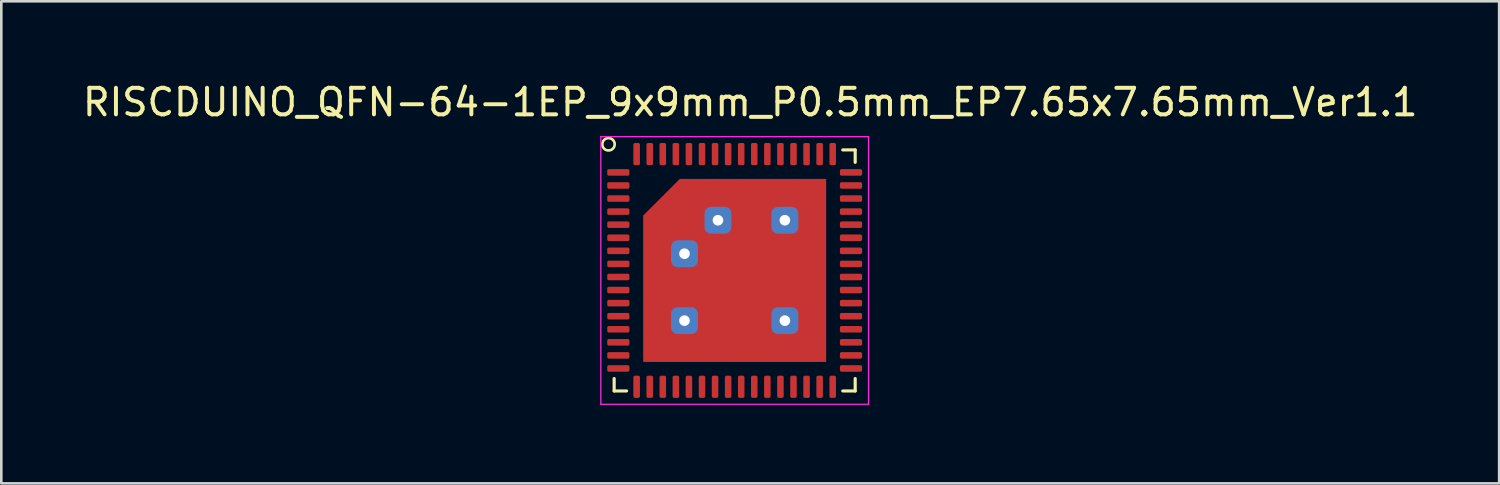
<source format=kicad_pcb>
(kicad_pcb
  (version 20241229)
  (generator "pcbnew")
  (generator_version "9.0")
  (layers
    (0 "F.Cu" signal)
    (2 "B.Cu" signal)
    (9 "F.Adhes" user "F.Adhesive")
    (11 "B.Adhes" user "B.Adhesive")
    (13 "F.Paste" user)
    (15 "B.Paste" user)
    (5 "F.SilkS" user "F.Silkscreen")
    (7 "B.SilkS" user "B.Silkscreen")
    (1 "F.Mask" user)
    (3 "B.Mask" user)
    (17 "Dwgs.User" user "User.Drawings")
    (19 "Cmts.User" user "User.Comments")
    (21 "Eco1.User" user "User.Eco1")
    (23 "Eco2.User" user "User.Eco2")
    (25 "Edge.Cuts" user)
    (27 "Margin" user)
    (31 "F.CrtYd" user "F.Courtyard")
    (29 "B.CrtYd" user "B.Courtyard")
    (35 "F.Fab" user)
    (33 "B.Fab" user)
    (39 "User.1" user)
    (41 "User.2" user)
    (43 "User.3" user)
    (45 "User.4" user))
  (footprint "RISCDUINO_QFN-64-1EP_9x9mm_P0.5mm_EP7.65x7.65mm_Ver1.1"
    (layer "F.Cu")
    (at 20.603 3.545)
    (property "Reference" "RISCDUINO_QFN-64-1EP_9x9mm_P0.5mm_EP7.65x7.65mm_Ver1.1" (at 5.045 -2.683 0) (layer "F.SilkS") (effects (font (size 1.016 1.016) (thickness 0.152))))
    (attr smd)
    (fp_line (start -0.16 8.36) (end -0.16 7.885) (stroke (width 0.12) (type solid)) (layer "F.SilkS"))
    (fp_line (start 0.315 8.36) (end -0.16 8.36) (stroke (width 0.12) (type solid)) (layer "F.SilkS"))
    (fp_line (start 8.585 -0.86) (end 9.06 -0.86) (stroke (width 0.12) (type solid)) (layer "F.SilkS"))
    (fp_line (start 8.585 8.36) (end 9.06 8.36) (stroke (width 0.12) (type solid)) (layer "F.SilkS"))
    (fp_line (start 9.06 -0.86) (end 9.06 -0.385) (stroke (width 0.12) (type solid)) (layer "F.SilkS"))
    (fp_line (start 9.06 8.36) (end 9.06 7.885) (stroke (width 0.12) (type solid)) (layer "F.SilkS"))
    (fp_circle (center -0.376 -1.076) (end -0.139 -1.076) (stroke (width 0.1) (type solid)) (fill no) (layer "F.SilkS"))
    (fp_line (start -0.67 -1.37) (end -0.67 8.87) (stroke (width 0.05) (type solid)) (layer "F.CrtYd"))
    (fp_line (start -0.67 8.87) (end 9.57 8.87) (stroke (width 0.05) (type solid)) (layer "F.CrtYd"))
    (fp_line (start 9.57 -1.37) (end -0.67 -1.37) (stroke (width 0.05) (type solid)) (layer "F.CrtYd"))
    (fp_line (start 9.57 8.87) (end 9.57 -1.37) (stroke (width 0.05) (type solid)) (layer "F.CrtYd"))
    (pad "" smd roundrect (at 2.53 1.83) (size 1.03 1.03) (layers "F.Paste") (roundrect_rratio 0.243))
    (pad "" smd roundrect (at 2.53 4.39) (size 1.03 1.03) (layers "F.Paste") (roundrect_rratio 0.243))
    (pad "" smd roundrect (at 3.81 3.11) (size 1.03 1.03) (layers "F.Paste") (roundrect_rratio 0.243))
    (pad "" smd roundrect (at 3.81 4.39) (size 1.03 1.03) (layers "F.Paste") (roundrect_rratio 0.243))
    (pad "" smd roundrect (at 3.81 5.67) (size 1.03 1.03) (layers "F.Paste") (roundrect_rratio 0.243))
    (pad "" smd roundrect (at 5.09 1.83) (size 1.03 1.03) (layers "F.Paste") (roundrect_rratio 0.243))
    (pad "" smd roundrect (at 5.09 3.11) (size 1.03 1.03) (layers "F.Paste") (roundrect_rratio 0.243))
    (pad "" smd roundrect (at 5.09 4.39) (size 1.03 1.03) (layers "F.Paste") (roundrect_rratio 0.243))
    (pad "" smd roundrect (at 5.09 5.67) (size 1.03 1.03) (layers "F.Paste") (roundrect_rratio 0.243))
    (pad "" smd roundrect (at 6.37 3.11) (size 1.03 1.03) (layers "F.Paste") (roundrect_rratio 0.243))
    (pad "" smd roundrect (at 6.37 4.39) (size 1.03 1.03) (layers "F.Paste") (roundrect_rratio 0.243))
    (pad "1" smd roundrect (at 0 0) (size 0.85 0.25) (layers "F.Cu" "F.Mask" "F.Paste") (roundrect_rratio 0.25))
    (pad "2" smd roundrect (at 0 0.5) (size 0.85 0.25) (layers "F.Cu" "F.Mask" "F.Paste") (roundrect_rratio 0.25))
    (pad "3" smd roundrect (at 0 1) (size 0.85 0.25) (layers "F.Cu" "F.Mask" "F.Paste") (roundrect_rratio 0.25))
    (pad "4" smd roundrect (at 0 1.5) (size 0.85 0.25) (layers "F.Cu" "F.Mask" "F.Paste") (roundrect_rratio 0.25))
    (pad "5" smd roundrect (at 0 2) (size 0.85 0.25) (layers "F.Cu" "F.Mask" "F.Paste") (roundrect_rratio 0.25))
    (pad "6" smd roundrect (at 0 2.5) (size 0.85 0.25) (layers "F.Cu" "F.Mask" "F.Paste") (roundrect_rratio 0.25))
    (pad "7" smd roundrect (at 0 3) (size 0.85 0.25) (layers "F.Cu" "F.Mask" "F.Paste") (roundrect_rratio 0.25))
    (pad "8" smd roundrect (at 0 3.5) (size 0.85 0.25) (layers "F.Cu" "F.Mask" "F.Paste") (roundrect_rratio 0.25))
    (pad "9" smd roundrect (at 0 4) (size 0.85 0.25) (layers "F.Cu" "F.Mask" "F.Paste") (roundrect_rratio 0.25))
    (pad "10" smd roundrect (at 0 4.5) (size 0.85 0.25) (layers "F.Cu" "F.Mask" "F.Paste") (roundrect_rratio 0.25))
    (pad "11" smd roundrect (at 0 5) (size 0.85 0.25) (layers "F.Cu" "F.Mask" "F.Paste") (roundrect_rratio 0.25))
    (pad "12" smd roundrect (at 0 5.5) (size 0.85 0.25) (layers "F.Cu" "F.Mask" "F.Paste") (roundrect_rratio 0.25))
    (pad "13" smd roundrect (at 0 6) (size 0.85 0.25) (layers "F.Cu" "F.Mask" "F.Paste") (roundrect_rratio 0.25))
    (pad "14" smd roundrect (at 0 6.5) (size 0.85 0.25) (layers "F.Cu" "F.Mask" "F.Paste") (roundrect_rratio 0.25))
    (pad "15" smd roundrect (at 0 7) (size 0.85 0.25) (layers "F.Cu" "F.Mask" "F.Paste") (roundrect_rratio 0.25))
    (pad "16" smd roundrect (at 0 7.5) (size 0.85 0.25) (layers "F.Cu" "F.Mask" "F.Paste") (roundrect_rratio 0.25))
    (pad "17" smd roundrect (at 0.7 8.2) (size 0.25 0.85) (layers "F.Cu" "F.Mask" "F.Paste") (roundrect_rratio 0.25))
    (pad "18" smd roundrect (at 1.2 8.2) (size 0.25 0.85) (layers "F.Cu" "F.Mask" "F.Paste") (roundrect_rratio 0.25))
    (pad "19" smd roundrect (at 1.7 8.2) (size 0.25 0.85) (layers "F.Cu" "F.Mask" "F.Paste") (roundrect_rratio 0.25))
    (pad "20" smd roundrect (at 2.2 8.2) (size 0.25 0.85) (layers "F.Cu" "F.Mask" "F.Paste") (roundrect_rratio 0.25))
    (pad "21" smd roundrect (at 2.7 8.2) (size 0.25 0.85) (layers "F.Cu" "F.Mask" "F.Paste") (roundrect_rratio 0.25))
    (pad "22" smd roundrect (at 3.2 8.2) (size 0.25 0.85) (layers "F.Cu" "F.Mask" "F.Paste") (roundrect_rratio 0.25))
    (pad "23" smd roundrect (at 3.7 8.2) (size 0.25 0.85) (layers "F.Cu" "F.Mask" "F.Paste") (roundrect_rratio 0.25))
    (pad "24" smd roundrect (at 4.2 8.2) (size 0.25 0.85) (layers "F.Cu" "F.Mask" "F.Paste") (roundrect_rratio 0.25))
    (pad "25" smd roundrect (at 4.7 8.2) (size 0.25 0.85) (layers "F.Cu" "F.Mask" "F.Paste") (roundrect_rratio 0.25))
    (pad "26" smd roundrect (at 5.2 8.2) (size 0.25 0.85) (layers "F.Cu" "F.Mask" "F.Paste") (roundrect_rratio 0.25))
    (pad "27" smd roundrect (at 5.7 8.2) (size 0.25 0.85) (layers "F.Cu" "F.Mask" "F.Paste") (roundrect_rratio 0.25))
    (pad "28" smd roundrect (at 6.2 8.2) (size 0.25 0.85) (layers "F.Cu" "F.Mask" "F.Paste") (roundrect_rratio 0.25))
    (pad "29" smd roundrect (at 6.7 8.2) (size 0.25 0.85) (layers "F.Cu" "F.Mask" "F.Paste") (roundrect_rratio 0.25))
    (pad "30" smd roundrect (at 7.2 8.2) (size 0.25 0.85) (layers "F.Cu" "F.Mask" "F.Paste") (roundrect_rratio 0.25))
    (pad "31" smd roundrect (at 7.7 8.2) (size 0.25 0.85) (layers "F.Cu" "F.Mask" "F.Paste") (roundrect_rratio 0.25))
    (pad "32" smd roundrect (at 8.2 8.2) (size 0.25 0.85) (layers "F.Cu" "F.Mask" "F.Paste") (roundrect_rratio 0.25))
    (pad "33" smd roundrect (at 8.9 7.5) (size 0.85 0.25) (layers "F.Cu" "F.Mask" "F.Paste") (roundrect_rratio 0.25))
    (pad "34" smd roundrect (at 8.9 7) (size 0.85 0.25) (layers "F.Cu" "F.Mask" "F.Paste") (roundrect_rratio 0.25))
    (pad "35" smd roundrect (at 8.9 6.5) (size 0.85 0.25) (layers "F.Cu" "F.Mask" "F.Paste") (roundrect_rratio 0.25))
    (pad "36" smd roundrect (at 8.9 6) (size 0.85 0.25) (layers "F.Cu" "F.Mask" "F.Paste") (roundrect_rratio 0.25))
    (pad "37" smd roundrect (at 8.9 5.5) (size 0.85 0.25) (layers "F.Cu" "F.Mask" "F.Paste") (roundrect_rratio 0.25))
    (pad "38" smd roundrect (at 8.9 5) (size 0.85 0.25) (layers "F.Cu" "F.Mask" "F.Paste") (roundrect_rratio 0.25))
    (pad "39" smd roundrect (at 8.9 4.5) (size 0.85 0.25) (layers "F.Cu" "F.Mask" "F.Paste") (roundrect_rratio 0.25))
    (pad "40" smd roundrect (at 8.9 4) (size 0.85 0.25) (layers "F.Cu" "F.Mask" "F.Paste") (roundrect_rratio 0.25))
    (pad "41" smd roundrect (at 8.9 3.5) (size 0.85 0.25) (layers "F.Cu" "F.Mask" "F.Paste") (roundrect_rratio 0.25))
    (pad "42" smd roundrect (at 8.9 3) (size 0.85 0.25) (layers "F.Cu" "F.Mask" "F.Paste") (roundrect_rratio 0.25))
    (pad "43" smd roundrect (at 8.9 2.5) (size 0.85 0.25) (layers "F.Cu" "F.Mask" "F.Paste") (roundrect_rratio 0.25))
    (pad "44" smd roundrect (at 8.9 2) (size 0.85 0.25) (layers "F.Cu" "F.Mask" "F.Paste") (roundrect_rratio 0.25))
    (pad "45" smd roundrect (at 8.9 1.5) (size 0.85 0.25) (layers "F.Cu" "F.Mask" "F.Paste") (roundrect_rratio 0.25))
    (pad "46" smd roundrect (at 8.9 1) (size 0.85 0.25) (layers "F.Cu" "F.Mask" "F.Paste") (roundrect_rratio 0.25))
    (pad "47" smd roundrect (at 8.9 0.5) (size 0.85 0.25) (layers "F.Cu" "F.Mask" "F.Paste") (roundrect_rratio 0.25))
    (pad "48" smd roundrect (at 8.9 0) (size 0.85 0.25) (layers "F.Cu" "F.Mask" "F.Paste") (roundrect_rratio 0.25))
    (pad "49" smd roundrect (at 8.2 -0.7) (size 0.25 0.85) (layers "F.Cu" "F.Mask" "F.Paste") (roundrect_rratio 0.25))
    (pad "50" smd roundrect (at 7.7 -0.7) (size 0.25 0.85) (layers "F.Cu" "F.Mask" "F.Paste") (roundrect_rratio 0.25))
    (pad "51" smd roundrect (at 7.2 -0.7) (size 0.25 0.85) (layers "F.Cu" "F.Mask" "F.Paste") (roundrect_rratio 0.25))
    (pad "52" smd roundrect (at 6.7 -0.7) (size 0.25 0.85) (layers "F.Cu" "F.Mask" "F.Paste") (roundrect_rratio 0.25))
    (pad "53" smd roundrect (at 6.2 -0.7) (size 0.25 0.85) (layers "F.Cu" "F.Mask" "F.Paste") (roundrect_rratio 0.25))
    (pad "54" smd roundrect (at 5.7 -0.7) (size 0.25 0.85) (layers "F.Cu" "F.Mask" "F.Paste") (roundrect_rratio 0.25))
    (pad "55" smd roundrect (at 5.2 -0.7) (size 0.25 0.85) (layers "F.Cu" "F.Mask" "F.Paste") (roundrect_rratio 0.25))
    (pad "56" smd roundrect (at 4.7 -0.7) (size 0.25 0.85) (layers "F.Cu" "F.Mask" "F.Paste") (roundrect_rratio 0.25))
    (pad "57" smd roundrect (at 4.2 -0.7) (size 0.25 0.85) (layers "F.Cu" "F.Mask" "F.Paste") (roundrect_rratio 0.25))
    (pad "58" smd roundrect (at 3.7 -0.7) (size 0.25 0.85) (layers "F.Cu" "F.Mask" "F.Paste") (roundrect_rratio 0.25))
    (pad "59" smd roundrect (at 3.2 -0.7) (size 0.25 0.85) (layers "F.Cu" "F.Mask" "F.Paste") (roundrect_rratio 0.25))
    (pad "60" smd roundrect (at 2.7 -0.7) (size 0.25 0.85) (layers "F.Cu" "F.Mask" "F.Paste") (roundrect_rratio 0.25))
    (pad "61" smd roundrect (at 2.2 -0.7) (size 0.25 0.85) (layers "F.Cu" "F.Mask" "F.Paste") (roundrect_rratio 0.25))
    (pad "62" smd roundrect (at 1.7 -0.7) (size 0.25 0.85) (layers "F.Cu" "F.Mask" "F.Paste") (roundrect_rratio 0.25))
    (pad "63" smd roundrect (at 1.2 -0.7) (size 0.25 0.85) (layers "F.Cu" "F.Mask" "F.Paste") (roundrect_rratio 0.25))
    (pad "64" smd roundrect (at 0.7 -0.7) (size 0.25 0.85) (layers "F.Cu" "F.Mask" "F.Paste") (roundrect_rratio 0.25))
    (pad "65" thru_hole roundrect (at 2.53 3.11) (size 1.03 1.03) (drill 0.406) (layers "*.Cu" "*.Mask") (roundrect_rratio 0.243))
    (pad "65" thru_hole roundrect (at 2.53 5.67) (size 1.03 1.03) (drill 0.406) (layers "*.Cu" "*.Mask") (roundrect_rratio 0.243))
    (pad "65" thru_hole roundrect (at 3.81 1.83) (size 1.03 1.03) (drill 0.406) (layers "*.Cu" "*.Mask") (roundrect_rratio 0.243))
    (pad "65" smd roundrect (at 4.45 3.75) (size 7 7) (layers "F.Cu" "F.Mask") (roundrect_rratio 0) (chamfer_ratio 0.2) (chamfer top_left))
    (pad "65" thru_hole roundrect (at 6.37 1.83) (size 1.03 1.03) (drill 0.406) (layers "*.Cu" "*.Mask") (roundrect_rratio 0.243))
    (pad "65" thru_hole roundrect (at 6.37 5.67) (size 1.03 1.03) (drill 0.406) (layers "*.Cu" "*.Mask") (roundrect_rratio 0.243)))
  (gr_rect
    (start -3 -3)
    (end 54.296 15.44)
    (stroke (width 0.1) (type default))
    (fill no)
    (layer "Edge.Cuts")))
</source>
